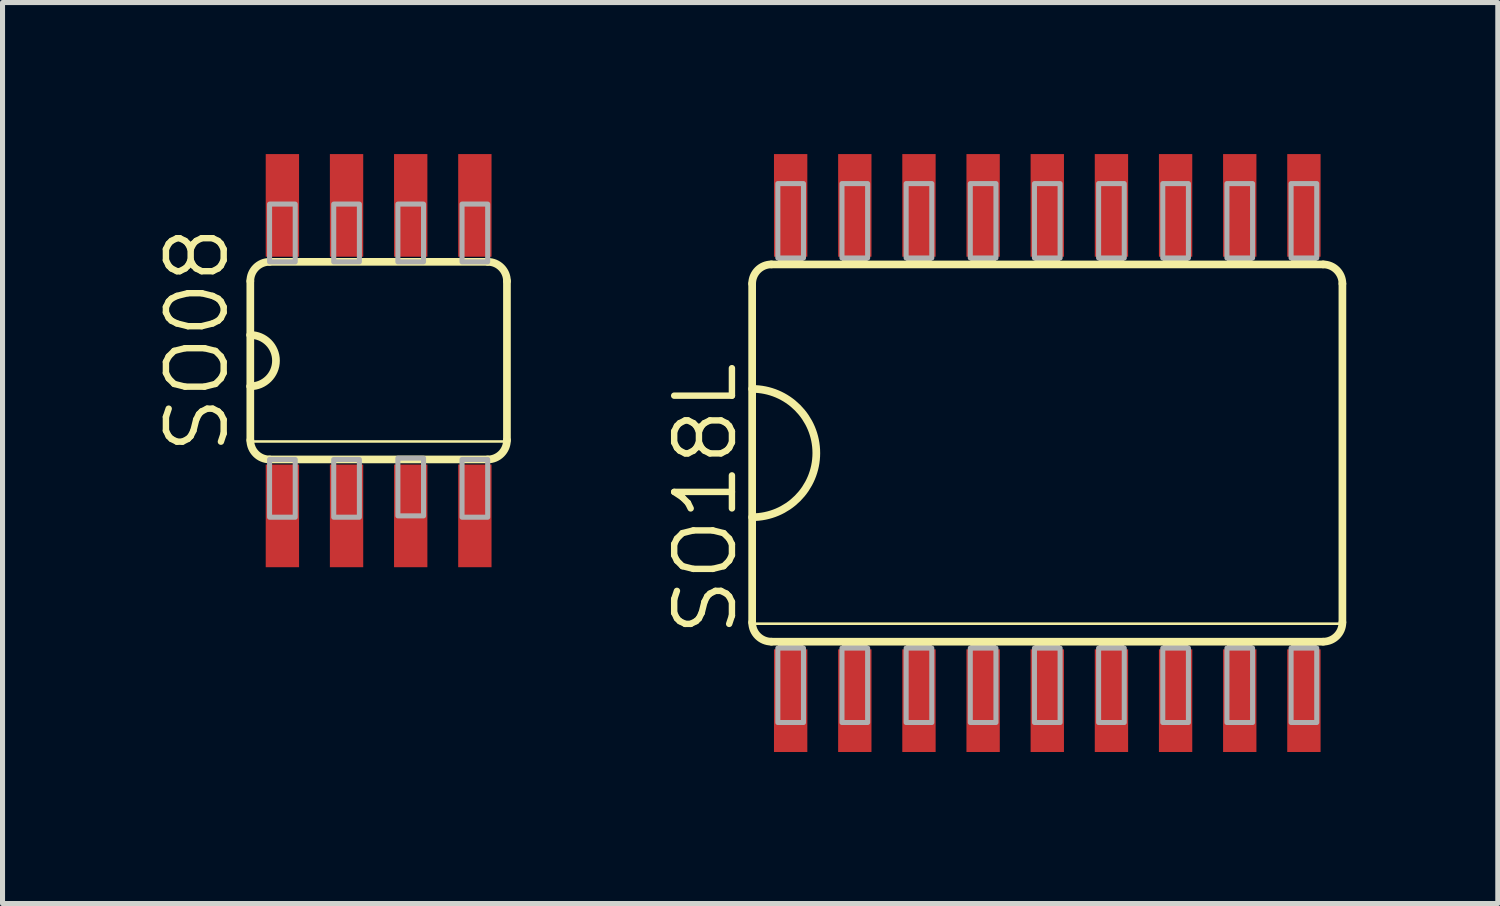
<source format=kicad_pcb>
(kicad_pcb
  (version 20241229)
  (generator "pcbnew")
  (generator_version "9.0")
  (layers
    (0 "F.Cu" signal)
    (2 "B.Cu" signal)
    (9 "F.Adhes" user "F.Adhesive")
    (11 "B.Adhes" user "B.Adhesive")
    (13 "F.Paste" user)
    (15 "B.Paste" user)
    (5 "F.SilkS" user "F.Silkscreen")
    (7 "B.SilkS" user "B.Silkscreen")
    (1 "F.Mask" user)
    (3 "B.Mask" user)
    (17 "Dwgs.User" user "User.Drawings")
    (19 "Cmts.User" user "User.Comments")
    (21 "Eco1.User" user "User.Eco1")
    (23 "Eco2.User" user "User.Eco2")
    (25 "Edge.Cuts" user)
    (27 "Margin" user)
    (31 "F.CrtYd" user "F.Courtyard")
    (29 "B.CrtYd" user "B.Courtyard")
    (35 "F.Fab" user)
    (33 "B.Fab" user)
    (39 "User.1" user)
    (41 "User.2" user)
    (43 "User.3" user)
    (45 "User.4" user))
  (footprint "SO18L"
    (layer "F.Cu")
    (at 17.681 5.918)
    (property "Reference" "SO18L" (at -6.096 3.683 90) (layer "F.SilkS") (effects (font (size 1.143 1.143) (thickness 0.127)) (justify left bottom)))
    (fp_line (start -5.842 -3.353) (end -5.842 3.353) (stroke (width 0.152) (type solid)) (layer "F.SilkS"))
    (fp_line (start -5.842 3.378) (end 5.842 3.378) (stroke (width 0.051) (type solid)) (layer "F.SilkS"))
    (fp_line (start -5.461 3.734) (end 5.461 3.734) (stroke (width 0.152) (type solid)) (layer "F.SilkS"))
    (fp_line (start 5.461 -3.734) (end -5.461 -3.734) (stroke (width 0.152) (type solid)) (layer "F.SilkS"))
    (fp_line (start 5.842 3.353) (end 5.842 -3.353) (stroke (width 0.152) (type solid)) (layer "F.SilkS"))
    (fp_arc (start -5.842 -3.3528) (mid -5.730408 -3.622208) (end -5.461 -3.7338) (stroke (width 0.1524) (type solid)) (layer "F.SilkS"))
    (fp_arc (start -5.842 -1.27) (mid -4.572 0) (end -5.842 1.27) (stroke (width 0.1524) (type solid)) (layer "F.SilkS"))
    (fp_arc (start -5.461 3.7338) (mid -5.730408 3.622208) (end -5.842 3.3528) (stroke (width 0.1524) (type solid)) (layer "F.SilkS"))
    (fp_arc (start 5.461 -3.7338) (mid 5.730408 -3.622208) (end 5.842 -3.3528) (stroke (width 0.1524) (type solid)) (layer "F.SilkS"))
    (fp_arc (start 5.842 3.3528) (mid 5.730408 3.622208) (end 5.461 3.7338) (stroke (width 0.1524) (type solid)) (layer "F.SilkS"))
    (fp_poly (pts (xy -5.334 -3.734) (xy -4.826 -3.734) (xy -4.826 -3.861) (xy -5.334 -3.861)) (stroke (width 0) (type default)) (fill yes) (layer "F.SilkS"))
    (fp_poly (pts (xy -5.334 3.861) (xy -4.826 3.861) (xy -4.826 3.734) (xy -5.334 3.734)) (stroke (width 0) (type default)) (fill yes) (layer "F.SilkS"))
    (fp_poly (pts (xy -4.064 -3.734) (xy -3.556 -3.734) (xy -3.556 -3.861) (xy -4.064 -3.861)) (stroke (width 0) (type default)) (fill yes) (layer "F.SilkS"))
    (fp_poly (pts (xy -4.064 3.861) (xy -3.556 3.861) (xy -3.556 3.734) (xy -4.064 3.734)) (stroke (width 0) (type default)) (fill yes) (layer "F.SilkS"))
    (fp_poly (pts (xy -2.794 -3.734) (xy -2.286 -3.734) (xy -2.286 -3.861) (xy -2.794 -3.861)) (stroke (width 0) (type default)) (fill yes) (layer "F.SilkS"))
    (fp_poly (pts (xy -2.794 3.861) (xy -2.286 3.861) (xy -2.286 3.734) (xy -2.794 3.734)) (stroke (width 0) (type default)) (fill yes) (layer "F.SilkS"))
    (fp_poly (pts (xy -1.524 -3.734) (xy -1.016 -3.734) (xy -1.016 -3.861) (xy -1.524 -3.861)) (stroke (width 0) (type default)) (fill yes) (layer "F.SilkS"))
    (fp_poly (pts (xy -1.524 3.861) (xy -1.016 3.861) (xy -1.016 3.734) (xy -1.524 3.734)) (stroke (width 0) (type default)) (fill yes) (layer "F.SilkS"))
    (fp_poly (pts (xy -0.254 -3.734) (xy 0.254 -3.734) (xy 0.254 -3.861) (xy -0.254 -3.861)) (stroke (width 0) (type default)) (fill yes) (layer "F.SilkS"))
    (fp_poly (pts (xy -0.254 3.861) (xy 0.254 3.861) (xy 0.254 3.734) (xy -0.254 3.734)) (stroke (width 0) (type default)) (fill yes) (layer "F.SilkS"))
    (fp_poly (pts (xy 1.016 -3.734) (xy 1.524 -3.734) (xy 1.524 -3.861) (xy 1.016 -3.861)) (stroke (width 0) (type default)) (fill yes) (layer "F.SilkS"))
    (fp_poly (pts (xy 1.016 3.861) (xy 1.524 3.861) (xy 1.524 3.734) (xy 1.016 3.734)) (stroke (width 0) (type default)) (fill yes) (layer "F.SilkS"))
    (fp_poly (pts (xy 2.286 -3.734) (xy 2.794 -3.734) (xy 2.794 -3.861) (xy 2.286 -3.861)) (stroke (width 0) (type default)) (fill yes) (layer "F.SilkS"))
    (fp_poly (pts (xy 2.286 3.861) (xy 2.794 3.861) (xy 2.794 3.734) (xy 2.286 3.734)) (stroke (width 0) (type default)) (fill yes) (layer "F.SilkS"))
    (fp_poly (pts (xy 3.556 -3.734) (xy 4.064 -3.734) (xy 4.064 -3.861) (xy 3.556 -3.861)) (stroke (width 0) (type default)) (fill yes) (layer "F.SilkS"))
    (fp_poly (pts (xy 3.556 3.861) (xy 4.064 3.861) (xy 4.064 3.734) (xy 3.556 3.734)) (stroke (width 0) (type default)) (fill yes) (layer "F.SilkS"))
    (fp_poly (pts (xy 4.826 -3.734) (xy 5.334 -3.734) (xy 5.334 -3.861) (xy 4.826 -3.861)) (stroke (width 0) (type default)) (fill yes) (layer "F.SilkS"))
    (fp_poly (pts (xy 4.826 3.861) (xy 5.334 3.861) (xy 5.334 3.734) (xy 4.826 3.734)) (stroke (width 0) (type default)) (fill yes) (layer "F.SilkS"))
    (fp_poly (pts (xy -5.334 -3.861) (xy -4.826 -3.861) (xy -4.826 -5.334) (xy -5.334 -5.334)) (stroke (width 0.1) (type default)) (fill no) (layer "F.Fab"))
    (fp_poly (pts (xy -5.334 5.334) (xy -4.826 5.334) (xy -4.826 3.861) (xy -5.334 3.861)) (stroke (width 0.1) (type default)) (fill no) (layer "F.Fab"))
    (fp_poly (pts (xy -4.064 -3.861) (xy -3.556 -3.861) (xy -3.556 -5.334) (xy -4.064 -5.334)) (stroke (width 0.1) (type default)) (fill no) (layer "F.Fab"))
    (fp_poly (pts (xy -4.064 5.334) (xy -3.556 5.334) (xy -3.556 3.861) (xy -4.064 3.861)) (stroke (width 0.1) (type default)) (fill no) (layer "F.Fab"))
    (fp_poly (pts (xy -2.794 -3.861) (xy -2.286 -3.861) (xy -2.286 -5.334) (xy -2.794 -5.334)) (stroke (width 0.1) (type default)) (fill no) (layer "F.Fab"))
    (fp_poly (pts (xy -2.794 5.334) (xy -2.286 5.334) (xy -2.286 3.861) (xy -2.794 3.861)) (stroke (width 0.1) (type default)) (fill no) (layer "F.Fab"))
    (fp_poly (pts (xy -1.524 -3.861) (xy -1.016 -3.861) (xy -1.016 -5.334) (xy -1.524 -5.334)) (stroke (width 0.1) (type default)) (fill no) (layer "F.Fab"))
    (fp_poly (pts (xy -1.524 5.334) (xy -1.016 5.334) (xy -1.016 3.861) (xy -1.524 3.861)) (stroke (width 0.1) (type default)) (fill no) (layer "F.Fab"))
    (fp_poly (pts (xy -0.254 -3.861) (xy 0.254 -3.861) (xy 0.254 -5.334) (xy -0.254 -5.334)) (stroke (width 0.1) (type default)) (fill no) (layer "F.Fab"))
    (fp_poly (pts (xy -0.254 5.334) (xy 0.254 5.334) (xy 0.254 3.861) (xy -0.254 3.861)) (stroke (width 0.1) (type default)) (fill no) (layer "F.Fab"))
    (fp_poly (pts (xy 1.016 -3.861) (xy 1.524 -3.861) (xy 1.524 -5.334) (xy 1.016 -5.334)) (stroke (width 0.1) (type default)) (fill no) (layer "F.Fab"))
    (fp_poly (pts (xy 1.016 5.334) (xy 1.524 5.334) (xy 1.524 3.861) (xy 1.016 3.861)) (stroke (width 0.1) (type default)) (fill no) (layer "F.Fab"))
    (fp_poly (pts (xy 2.286 -3.861) (xy 2.794 -3.861) (xy 2.794 -5.334) (xy 2.286 -5.334)) (stroke (width 0.1) (type default)) (fill no) (layer "F.Fab"))
    (fp_poly (pts (xy 2.286 5.334) (xy 2.794 5.334) (xy 2.794 3.861) (xy 2.286 3.861)) (stroke (width 0.1) (type default)) (fill no) (layer "F.Fab"))
    (fp_poly (pts (xy 3.556 -3.861) (xy 4.064 -3.861) (xy 4.064 -5.334) (xy 3.556 -5.334)) (stroke (width 0.1) (type default)) (fill no) (layer "F.Fab"))
    (fp_poly (pts (xy 3.556 5.334) (xy 4.064 5.334) (xy 4.064 3.861) (xy 3.556 3.861)) (stroke (width 0.1) (type default)) (fill no) (layer "F.Fab"))
    (fp_poly (pts (xy 4.826 -3.861) (xy 5.334 -3.861) (xy 5.334 -5.334) (xy 4.826 -5.334)) (stroke (width 0.1) (type default)) (fill no) (layer "F.Fab"))
    (fp_poly (pts (xy 4.826 5.334) (xy 5.334 5.334) (xy 5.334 3.861) (xy 4.826 3.861)) (stroke (width 0.1) (type default)) (fill no) (layer "F.Fab"))
    (pad "1" smd rect (at -5.08 4.902) (size 0.66 2.032) (layers "F.Cu" "F.Mask" "F.Paste"))
    (pad "2" smd rect (at -3.81 4.902) (size 0.66 2.032) (layers "F.Cu" "F.Mask" "F.Paste"))
    (pad "3" smd rect (at -2.54 4.902) (size 0.66 2.032) (layers "F.Cu" "F.Mask" "F.Paste"))
    (pad "4" smd rect (at -1.27 4.902) (size 0.66 2.032) (layers "F.Cu" "F.Mask" "F.Paste"))
    (pad "5" smd rect (at 0 4.902) (size 0.66 2.032) (layers "F.Cu" "F.Mask" "F.Paste"))
    (pad "6" smd rect (at 1.27 4.902) (size 0.66 2.032) (layers "F.Cu" "F.Mask" "F.Paste"))
    (pad "7" smd rect (at 2.54 4.902) (size 0.66 2.032) (layers "F.Cu" "F.Mask" "F.Paste"))
    (pad "8" smd rect (at 3.81 4.902) (size 0.66 2.032) (layers "F.Cu" "F.Mask" "F.Paste"))
    (pad "9" smd rect (at 5.08 4.902) (size 0.66 2.032) (layers "F.Cu" "F.Mask" "F.Paste"))
    (pad "10" smd rect (at 5.08 -4.902) (size 0.66 2.032) (layers "F.Cu" "F.Mask" "F.Paste"))
    (pad "11" smd rect (at 3.81 -4.902) (size 0.66 2.032) (layers "F.Cu" "F.Mask" "F.Paste"))
    (pad "12" smd rect (at 2.54 -4.902) (size 0.66 2.032) (layers "F.Cu" "F.Mask" "F.Paste"))
    (pad "13" smd rect (at 1.27 -4.902) (size 0.66 2.032) (layers "F.Cu" "F.Mask" "F.Paste"))
    (pad "14" smd rect (at 0 -4.902) (size 0.66 2.032) (layers "F.Cu" "F.Mask" "F.Paste"))
    (pad "15" smd rect (at -1.27 -4.902) (size 0.66 2.032) (layers "F.Cu" "F.Mask" "F.Paste"))
    (pad "16" smd rect (at -2.54 -4.902) (size 0.66 2.032) (layers "F.Cu" "F.Mask" "F.Paste"))
    (pad "17" smd rect (at -3.81 -4.902) (size 0.66 2.032) (layers "F.Cu" "F.Mask" "F.Paste"))
    (pad "18" smd rect (at -5.08 -4.902) (size 0.66 2.032) (layers "F.Cu" "F.Mask" "F.Paste")))
  (footprint "SO08"
    (layer "F.Cu")
    (at 4.445 4.089)
    (property "Reference" "SO08" (at -2.921 1.905 90) (layer "F.SilkS") (effects (font (size 1.143 1.143) (thickness 0.127)) (justify left bottom)))
    (fp_line (start -2.54 -1.575) (end -2.54 -0.508) (stroke (width 0.152) (type solid)) (layer "F.SilkS"))
    (fp_line (start -2.54 -0.508) (end -2.54 0.508) (stroke (width 0.152) (type solid)) (layer "F.SilkS"))
    (fp_line (start -2.54 0.508) (end -2.54 1.575) (stroke (width 0.152) (type solid)) (layer "F.SilkS"))
    (fp_line (start -2.54 1.6) (end 2.54 1.6) (stroke (width 0.051) (type solid)) (layer "F.SilkS"))
    (fp_line (start -2.159 1.956) (end 2.159 1.956) (stroke (width 0.152) (type solid)) (layer "F.SilkS"))
    (fp_line (start 2.159 -1.956) (end -2.159 -1.956) (stroke (width 0.152) (type solid)) (layer "F.SilkS"))
    (fp_line (start 2.54 1.575) (end 2.54 -1.575) (stroke (width 0.152) (type solid)) (layer "F.SilkS"))
    (fp_arc (start -2.54 -1.5748) (mid -2.428408 -1.844208) (end -2.159 -1.9558) (stroke (width 0.1524) (type solid)) (layer "F.SilkS"))
    (fp_arc (start -2.54 -0.508) (mid -2.032 0) (end -2.54 0.508) (stroke (width 0.1524) (type solid)) (layer "F.SilkS"))
    (fp_arc (start -2.159 1.9558) (mid -2.428408 1.844208) (end -2.54 1.5748) (stroke (width 0.1524) (type solid)) (layer "F.SilkS"))
    (fp_arc (start 2.159 -1.9558) (mid 2.428408 -1.844208) (end 2.54 -1.5748) (stroke (width 0.1524) (type solid)) (layer "F.SilkS"))
    (fp_arc (start 2.54 1.5748) (mid 2.428408 1.844208) (end 2.159 1.9558) (stroke (width 0.1524) (type solid)) (layer "F.SilkS"))
    (fp_poly (pts (xy -2.159 -1.956) (xy -1.651 -1.956) (xy -1.651 -3.099) (xy -2.159 -3.099)) (stroke (width 0.1) (type default)) (fill no) (layer "F.Fab"))
    (fp_poly (pts (xy -2.159 3.099) (xy -1.651 3.099) (xy -1.651 1.956) (xy -2.159 1.956)) (stroke (width 0.1) (type default)) (fill no) (layer "F.Fab"))
    (fp_poly (pts (xy -0.889 -1.956) (xy -0.381 -1.956) (xy -0.381 -3.099) (xy -0.889 -3.099)) (stroke (width 0.1) (type default)) (fill no) (layer "F.Fab"))
    (fp_poly (pts (xy -0.889 3.099) (xy -0.381 3.099) (xy -0.381 1.956) (xy -0.889 1.956)) (stroke (width 0.1) (type default)) (fill no) (layer "F.Fab"))
    (fp_poly (pts (xy 0.381 -1.956) (xy 0.889 -1.956) (xy 0.889 -3.099) (xy 0.381 -3.099)) (stroke (width 0.1) (type default)) (fill no) (layer "F.Fab"))
    (fp_poly (pts (xy 0.381 3.073) (xy 0.889 3.073) (xy 0.889 1.93) (xy 0.381 1.93)) (stroke (width 0.1) (type default)) (fill no) (layer "F.Fab"))
    (fp_poly (pts (xy 1.651 -1.956) (xy 2.159 -1.956) (xy 2.159 -3.099) (xy 1.651 -3.099)) (stroke (width 0.1) (type default)) (fill no) (layer "F.Fab"))
    (fp_poly (pts (xy 1.651 3.099) (xy 2.159 3.099) (xy 2.159 1.956) (xy 1.651 1.956)) (stroke (width 0.1) (type default)) (fill no) (layer "F.Fab"))
    (pad "1" smd rect (at -1.905 3.073) (size 0.66 2.032) (layers "F.Cu" "F.Mask" "F.Paste"))
    (pad "2" smd rect (at -0.635 3.073) (size 0.66 2.032) (layers "F.Cu" "F.Mask" "F.Paste"))
    (pad "3" smd rect (at 0.635 3.073) (size 0.66 2.032) (layers "F.Cu" "F.Mask" "F.Paste"))
    (pad "4" smd rect (at 1.905 3.073) (size 0.66 2.032) (layers "F.Cu" "F.Mask" "F.Paste"))
    (pad "5" smd rect (at 1.905 -3.073) (size 0.66 2.032) (layers "F.Cu" "F.Mask" "F.Paste"))
    (pad "6" smd rect (at 0.635 -3.073) (size 0.66 2.032) (layers "F.Cu" "F.Mask" "F.Paste"))
    (pad "7" smd rect (at -0.635 -3.073) (size 0.66 2.032) (layers "F.Cu" "F.Mask" "F.Paste"))
    (pad "8" smd rect (at -1.905 -3.073) (size 0.66 2.032) (layers "F.Cu" "F.Mask" "F.Paste")))
  (gr_rect
    (start -3 -3)
    (end 26.599 14.836)
    (stroke (width 0.1) (type default))
    (fill no)
    (layer "Edge.Cuts")))
</source>
